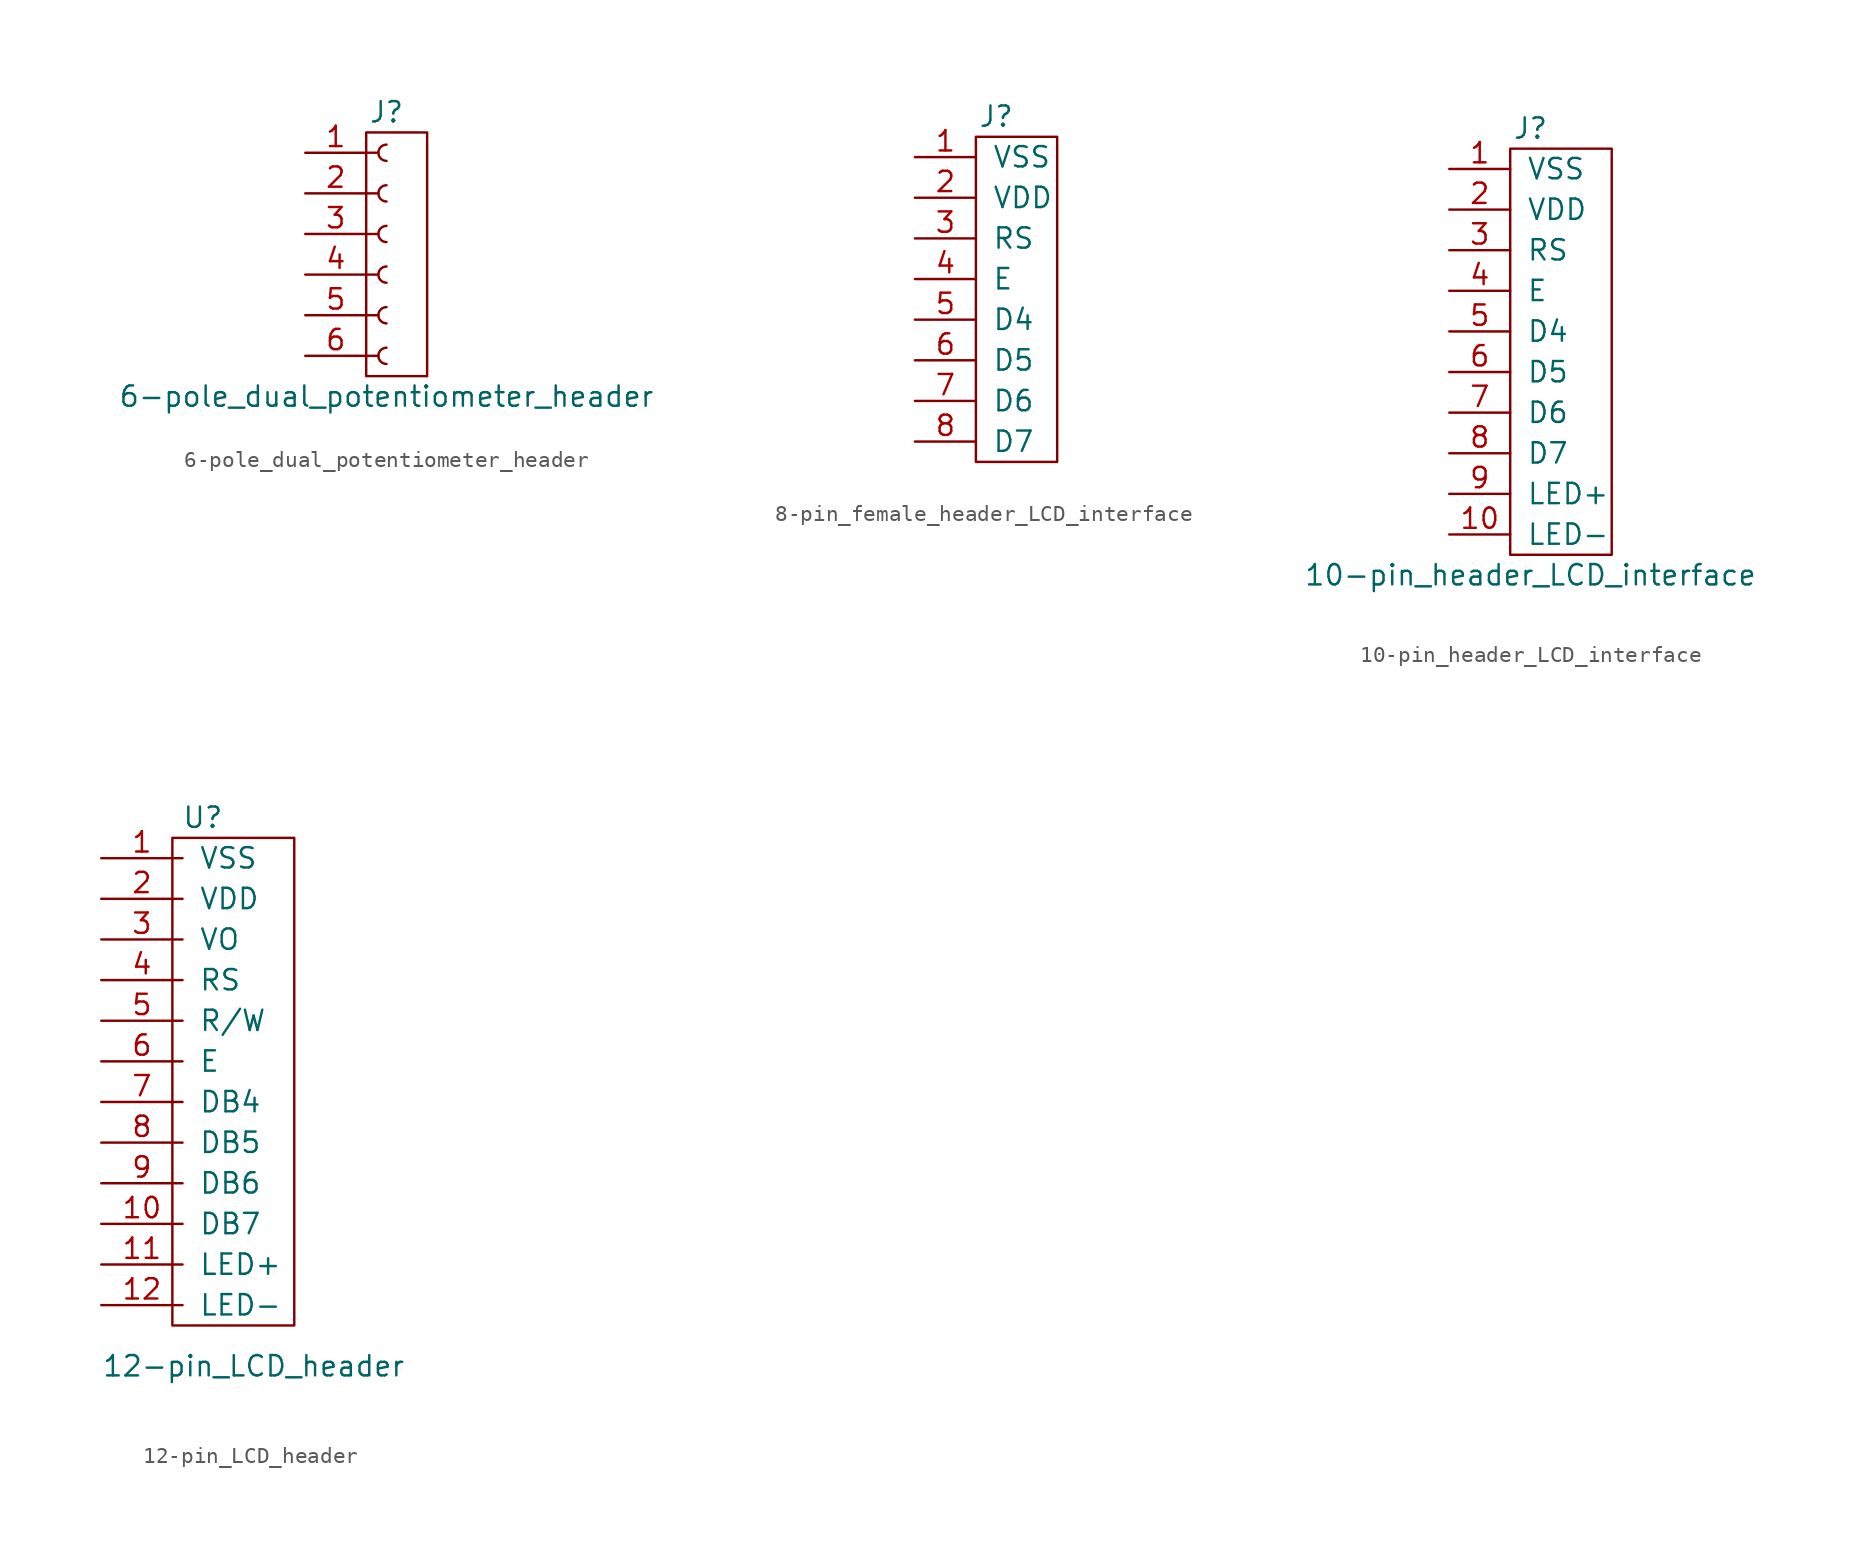
<source format=kicad_sym>
(kicad_symbol_lib
  (version 20211014)
  (generator kicad_symbol_editor)
  (symbol "6-pole_dual_potentiometer_header"
    (pin_names
      (offset 1.016) hide)
    (property "Reference" "J"
      (at 0 7.62 0)
      (effects (font (size 1.27 1.27))))
    (property "Value" "6-pole_dual_potentiometer_header"
      (at 0 -10.16 0)
      (effects (font (size 1.27 1.27))))
    (symbol "6-pole_dual_potentiometer_header_0_1"
      (rectangle (start -1.27 6.35) (end 2.54 -8.89) (stroke (width 0) (type default) (color 0 0 0 0)) (fill (type none))))
    (symbol "6-pole_dual_potentiometer_header_1_1"
      (arc (start 0 -7.112) (mid -0.508 -7.62) (end 0 -8.128) (stroke (width 0.1524) (type default) (color 0 0 0 0)) (fill (type none)))
      (arc (start 0 -4.572) (mid -0.508 -5.08) (end 0 -5.588) (stroke (width 0.1524) (type default) (color 0 0 0 0)) (fill (type none)))
      (arc (start 0 -2.032) (mid -0.508 -2.54) (end 0 -3.048) (stroke (width 0.1524) (type default) (color 0 0 0 0)) (fill (type none)))
      (polyline (pts (xy -1.27 -7.62) (xy -0.508 -7.62)) (stroke (width 0.152) (type default) (color 0 0 0 0)) (fill (type none)))
      (polyline (pts (xy -1.27 -5.08) (xy -0.508 -5.08)) (stroke (width 0.152) (type default) (color 0 0 0 0)) (fill (type none)))
      (polyline (pts (xy -1.27 -2.54) (xy -0.508 -2.54)) (stroke (width 0.152) (type default) (color 0 0 0 0)) (fill (type none)))
      (polyline (pts (xy -1.27 0) (xy -0.508 0)) (stroke (width 0.152) (type default) (color 0 0 0 0)) (fill (type none)))
      (polyline (pts (xy -1.27 2.54) (xy -0.508 2.54)) (stroke (width 0.152) (type default) (color 0 0 0 0)) (fill (type none)))
      (polyline (pts (xy -1.27 5.08) (xy -0.508 5.08)) (stroke (width 0.152) (type default) (color 0 0 0 0)) (fill (type none)))
      (arc (start 0 0.508) (mid -0.508 0) (end 0 -0.508) (stroke (width 0.1524) (type default) (color 0 0 0 0)) (fill (type none)))
      (arc (start 0 3.048) (mid -0.508 2.54) (end 0 2.032) (stroke (width 0.1524) (type default) (color 0 0 0 0)) (fill (type none)))
      (arc (start 0 5.588) (mid -0.508 5.08) (end 0 4.572) (stroke (width 0.1524) (type default) (color 0 0 0 0)) (fill (type none)))
      (pin passive line (at -5.08 5.08 0) (length 3.81) (name "Pin_1" (effects (font (size 1.27 1.27)))) (number "1" (effects (font (size 1.27 1.27)))))
      (pin passive line (at -5.08 2.54 0) (length 3.81) (name "Pin_2" (effects (font (size 1.27 1.27)))) (number "2" (effects (font (size 1.27 1.27)))))
      (pin passive line (at -5.08 0 0) (length 3.81) (name "Pin_3" (effects (font (size 1.27 1.27)))) (number "3" (effects (font (size 1.27 1.27)))))
      (pin passive line (at -5.08 -2.54 0) (length 3.81) (name "Pin_4" (effects (font (size 1.27 1.27)))) (number "4" (effects (font (size 1.27 1.27)))))
      (pin passive line (at -5.08 -5.08 0) (length 3.81) (name "Pin_5" (effects (font (size 1.27 1.27)))) (number "5" (effects (font (size 1.27 1.27)))))
      (pin passive line (at -5.08 -7.62 0) (length 3.81) (name "Pin_6" (effects (font (size 1.27 1.27)))) (number "6" (effects (font (size 1.27 1.27)))))))
  (symbol "8-pin_female_header_LCD_interface"
    (pin_names
      (offset 1.016))
    (property "Reference" "J"
      (at 0 10.16 0)
      (effects (font (size 1.27 1.27))))
    (symbol "8-pin_female_header_LCD_interface_0_1"
      (rectangle (start -1.27 8.89) (end 3.81 -11.43) (stroke (width 0) (type default) (color 0 0 0 0)) (fill (type none))))
    (symbol "8-pin_female_header_LCD_interface_1_1"
      (pin input line (at -5.08 7.62 0) (length 3.81) (name "VSS" (effects (font (size 1.27 1.27)))) (number "1" (effects (font (size 1.27 1.27)))))
      (pin input line (at -5.08 5.08 0) (length 3.81) (name "VDD" (effects (font (size 1.27 1.27)))) (number "2" (effects (font (size 1.27 1.27)))))
      (pin input line (at -5.08 2.54 0) (length 3.81) (name "RS" (effects (font (size 1.27 1.27)))) (number "3" (effects (font (size 1.27 1.27)))))
      (pin input line (at -5.08 0 0) (length 3.81) (name "E" (effects (font (size 1.27 1.27)))) (number "4" (effects (font (size 1.27 1.27)))))
      (pin input line (at -5.08 -2.54 0) (length 3.81) (name "D4" (effects (font (size 1.27 1.27)))) (number "5" (effects (font (size 1.27 1.27)))))
      (pin input line (at -5.08 -5.08 0) (length 3.81) (name "D5" (effects (font (size 1.27 1.27)))) (number "6" (effects (font (size 1.27 1.27)))))
      (pin input line (at -5.08 -7.62 0) (length 3.81) (name "D6" (effects (font (size 1.27 1.27)))) (number "7" (effects (font (size 1.27 1.27)))))
      (pin input line (at -5.08 -10.16 0) (length 3.81) (name "D7" (effects (font (size 1.27 1.27)))) (number "8" (effects (font (size 1.27 1.27)))))))
  (symbol "10-pin_header_LCD_interface"
    (pin_names
      (offset 1.016))
    (property "Reference" "J"
      (at 0 10.16 0)
      (effects (font (size 1.27 1.27))))
    (property "Value" "10-pin_header_LCD_interface"
      (at 0 -17.78 0)
      (effects (font (size 1.27 1.27))))
    (symbol "10-pin_header_LCD_interface_0_1"
      (rectangle (start -1.27 8.89) (end 5.08 -16.51) (stroke (width 0) (type default) (color 0 0 0 0)) (fill (type none))))
    (symbol "10-pin_header_LCD_interface_1_1"
      (pin power_in line (at -5.08 7.62 0) (length 3.81) (name "VSS" (effects (font (size 1.27 1.27)))) (number "1" (effects (font (size 1.27 1.27)))))
      (pin power_in line (at -5.08 -15.24 0) (length 3.81) (name "LED-" (effects (font (size 1.27 1.27)))) (number "10" (effects (font (size 1.27 1.27)))))
      (pin power_in line (at -5.08 5.08 0) (length 3.81) (name "VDD" (effects (font (size 1.27 1.27)))) (number "2" (effects (font (size 1.27 1.27)))))
      (pin input line (at -5.08 2.54 0) (length 3.81) (name "RS" (effects (font (size 1.27 1.27)))) (number "3" (effects (font (size 1.27 1.27)))))
      (pin input line (at -5.08 0 0) (length 3.81) (name "E" (effects (font (size 1.27 1.27)))) (number "4" (effects (font (size 1.27 1.27)))))
      (pin input line (at -5.08 -2.54 0) (length 3.81) (name "D4" (effects (font (size 1.27 1.27)))) (number "5" (effects (font (size 1.27 1.27)))))
      (pin input line (at -5.08 -5.08 0) (length 3.81) (name "D5" (effects (font (size 1.27 1.27)))) (number "6" (effects (font (size 1.27 1.27)))))
      (pin input line (at -5.08 -7.62 0) (length 3.81) (name "D6" (effects (font (size 1.27 1.27)))) (number "7" (effects (font (size 1.27 1.27)))))
      (pin input line (at -5.08 -10.16 0) (length 3.81) (name "D7" (effects (font (size 1.27 1.27)))) (number "8" (effects (font (size 1.27 1.27)))))
      (pin power_in line (at -5.08 -12.7 0) (length 3.81) (name "LED+" (effects (font (size 1.27 1.27)))) (number "9" (effects (font (size 1.27 1.27)))))))
  (symbol "12-pin_LCD_header"
    (pin_names
      (offset 1.016))
    (property "Reference" "U"
      (at 6.35 2.54 0)
      (effects (font (size 1.27 1.27))))
    (property "Value" "12-pin_LCD_header"
      (at 9.525 -31.75 0)
      (effects (font (size 1.27 1.27))))
    (symbol "12-pin_LCD_header_0_1"
      (rectangle (start 4.445 1.27) (end 12.065 -29.21) (stroke (width 0) (type default) (color 0 0 0 0)) (fill (type none))))
    (symbol "12-pin_LCD_header_1_1"
      (pin input line (at 0 0 0) (length 5.08) (name "VSS" (effects (font (size 1.27 1.27)))) (number "1" (effects (font (size 1.27 1.27)))))
      (pin input line (at 0 -22.86 0) (length 5.08) (name "DB7" (effects (font (size 1.27 1.27)))) (number "10" (effects (font (size 1.27 1.27)))))
      (pin input line (at 0 -25.4 0) (length 5.08) (name "LED+" (effects (font (size 1.27 1.27)))) (number "11" (effects (font (size 1.27 1.27)))))
      (pin input line (at 0 -27.94 0) (length 5.08) (name "LED-" (effects (font (size 1.27 1.27)))) (number "12" (effects (font (size 1.27 1.27)))))
      (pin input line (at 0 -2.54 0) (length 5.08) (name "VDD" (effects (font (size 1.27 1.27)))) (number "2" (effects (font (size 1.27 1.27)))))
      (pin input line (at 0 -5.08 0) (length 5.08) (name "VO" (effects (font (size 1.27 1.27)))) (number "3" (effects (font (size 1.27 1.27)))))
      (pin input line (at 0 -7.62 0) (length 5.08) (name "RS" (effects (font (size 1.27 1.27)))) (number "4" (effects (font (size 1.27 1.27)))))
      (pin input line (at 0 -10.16 0) (length 5.08) (name "R/W" (effects (font (size 1.27 1.27)))) (number "5" (effects (font (size 1.27 1.27)))))
      (pin input line (at 0 -12.7 0) (length 5.08) (name "E" (effects (font (size 1.27 1.27)))) (number "6" (effects (font (size 1.27 1.27)))))
      (pin input line (at 0 -15.24 0) (length 5.08) (name "DB4" (effects (font (size 1.27 1.27)))) (number "7" (effects (font (size 1.27 1.27)))))
      (pin input line (at 0 -17.78 0) (length 5.08) (name "DB5" (effects (font (size 1.27 1.27)))) (number "8" (effects (font (size 1.27 1.27)))))
      (pin input line (at 0 -20.32 0) (length 5.08) (name "DB6" (effects (font (size 1.27 1.27)))) (number "9" (effects (font (size 1.27 1.27))))))))
</source>
